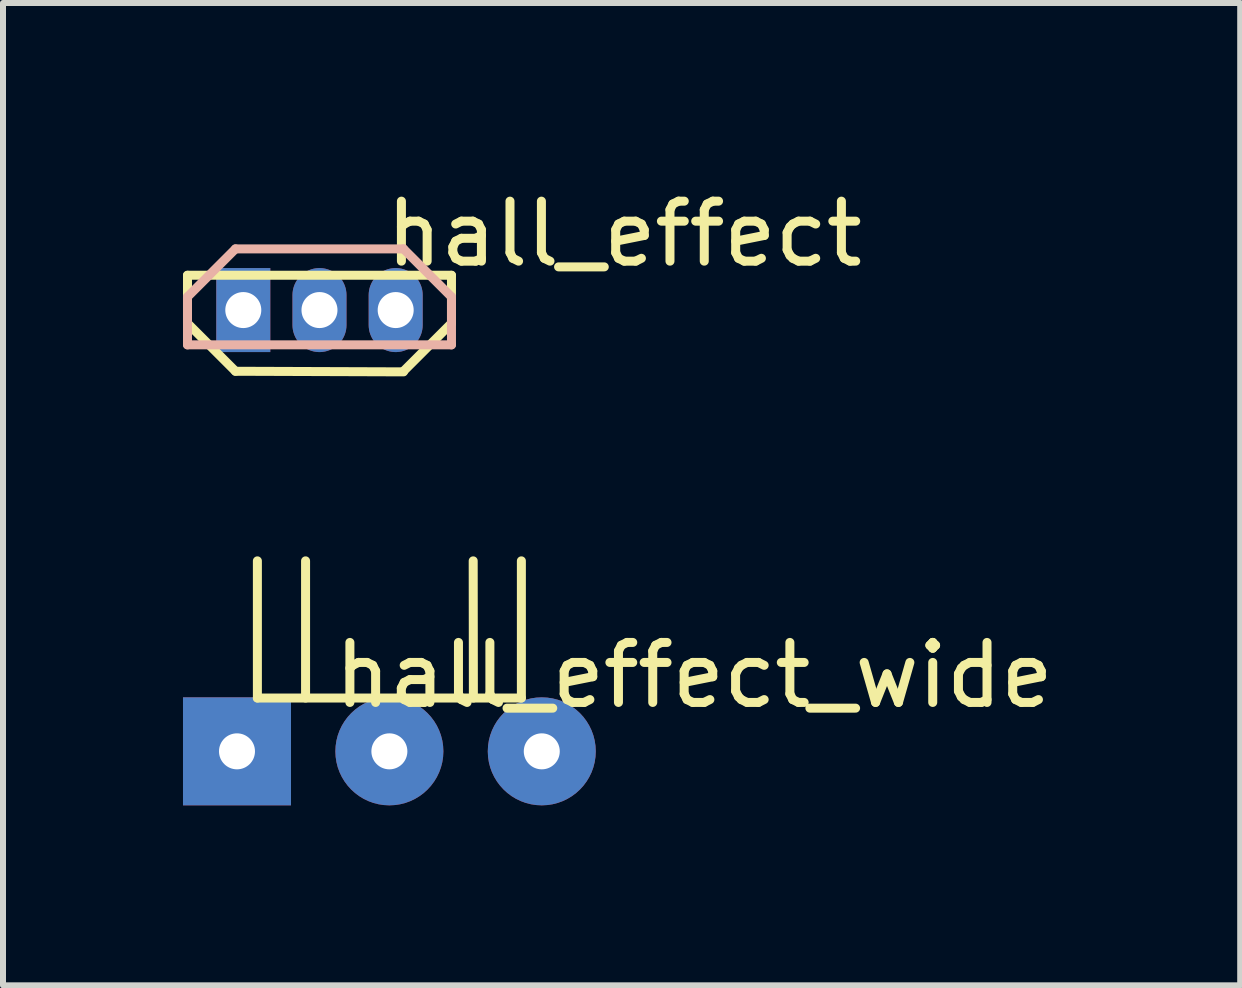
<source format=kicad_pcb>
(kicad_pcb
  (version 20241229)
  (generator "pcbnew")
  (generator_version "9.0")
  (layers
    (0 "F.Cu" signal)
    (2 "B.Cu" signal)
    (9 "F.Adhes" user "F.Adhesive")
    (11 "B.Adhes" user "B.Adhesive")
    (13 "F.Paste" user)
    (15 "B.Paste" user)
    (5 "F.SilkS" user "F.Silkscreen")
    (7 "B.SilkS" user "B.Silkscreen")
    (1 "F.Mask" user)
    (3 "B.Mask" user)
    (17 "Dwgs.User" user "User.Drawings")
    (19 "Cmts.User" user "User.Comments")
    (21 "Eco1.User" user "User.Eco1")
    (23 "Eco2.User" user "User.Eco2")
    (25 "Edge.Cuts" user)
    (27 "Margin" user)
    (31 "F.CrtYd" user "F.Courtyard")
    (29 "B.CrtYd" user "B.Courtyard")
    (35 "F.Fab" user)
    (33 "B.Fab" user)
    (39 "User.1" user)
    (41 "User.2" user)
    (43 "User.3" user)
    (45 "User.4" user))
  (footprint "hall_effect_wide"
    (layer "F.Cu")
    (at 3.44 9.473)
    (property "Reference" "hall_effect_wide" (at 5.08 -1.27 0) (layer "F.SilkS") (effects (font (size 1 1) (thickness 0.15))))
    (attr through_hole)
    (fp_line (start -2.2 -0.889) (end -2.2 -3.175) (stroke (width 0.15) (type solid)) (layer "F.SilkS"))
    (fp_line (start -2.2 -0.889) (end 2.2 -0.889) (stroke (width 0.15) (type solid)) (layer "F.SilkS"))
    (fp_line (start -1.397 -3.175) (end -1.397 -0.889) (stroke (width 0.15) (type solid)) (layer "F.SilkS"))
    (fp_line (start 1.397 -3.175) (end 1.4 -0.889) (stroke (width 0.15) (type solid)) (layer "F.SilkS"))
    (fp_line (start 2.2 -0.889) (end 2.2 -3.175) (stroke (width 0.15) (type solid)) (layer "F.SilkS"))
    (pad "1" thru_hole rect (at -2.54 0) (size 1.8 1.8) (drill 0.6) (layers "*.Cu" "*.Mask"))
    (pad "2" thru_hole circle (at 0 0) (size 1.8 1.8) (drill 0.6) (layers "*.Cu" "*.Mask"))
    (pad "3" thru_hole circle (at 2.54 0) (size 1.8 1.8) (drill 0.6) (layers "*.Cu" "*.Mask")))
  (footprint "hall_effect"
    (layer "F.Cu")
    (at 2.275 2.118)
    (property "Reference" "hall_effect" (at 5.08 -1.27 0) (layer "F.SilkS") (effects (font (size 1 1) (thickness 0.15))))
    (attr through_hole)
    (fp_line (start -2.2 -0.58) (end 2.2 -0.58) (stroke (width 0.15) (type solid)) (layer "F.SilkS"))
    (fp_line (start -2.2 0.22) (end -2.2 -0.58) (stroke (width 0.15) (type solid)) (layer "F.SilkS"))
    (fp_line (start -2.2 0.22) (end -1.4 1.02) (stroke (width 0.15) (type solid)) (layer "F.SilkS"))
    (fp_line (start -1.4 1.02) (end 1.4 1.03) (stroke (width 0.15) (type solid)) (layer "F.SilkS"))
    (fp_line (start 2.2 0.22) (end 1.4 1.02) (stroke (width 0.15) (type solid)) (layer "F.SilkS"))
    (fp_line (start 2.2 0.22) (end 2.2 -0.58) (stroke (width 0.15) (type solid)) (layer "F.SilkS"))
    (fp_line (start -2.2 -0.22) (end -2.2 0.58) (stroke (width 0.15) (type solid)) (layer "B.SilkS"))
    (fp_line (start -2.2 -0.22) (end -1.4 -1.02) (stroke (width 0.15) (type solid)) (layer "B.SilkS"))
    (fp_line (start 1.4 -1.02) (end -1.4 -1.02) (stroke (width 0.15) (type solid)) (layer "B.SilkS"))
    (fp_line (start 2.2 -0.22) (end 1.4 -1.02) (stroke (width 0.15) (type solid)) (layer "B.SilkS"))
    (fp_line (start 2.2 -0.22) (end 2.2 0.58) (stroke (width 0.15) (type solid)) (layer "B.SilkS"))
    (fp_line (start 2.2 0.58) (end -2.2 0.58) (stroke (width 0.15) (type solid)) (layer "B.SilkS"))
    (pad "1" thru_hole rect (at -1.27 0) (size 0.9 1.4) (drill 0.6) (layers "*.Cu" "*.Mask"))
    (pad "2" thru_hole oval (at 0 0) (size 0.9 1.4) (drill 0.6) (layers "*.Cu" "*.Mask"))
    (pad "3" thru_hole oval (at 1.27 0) (size 0.9 1.4) (drill 0.6) (layers "*.Cu" "*.Mask")))
  (gr_rect
    (start -3 -3)
    (end 17.621 13.373)
    (stroke (width 0.1) (type default))
    (fill no)
    (layer "Edge.Cuts")))
</source>
